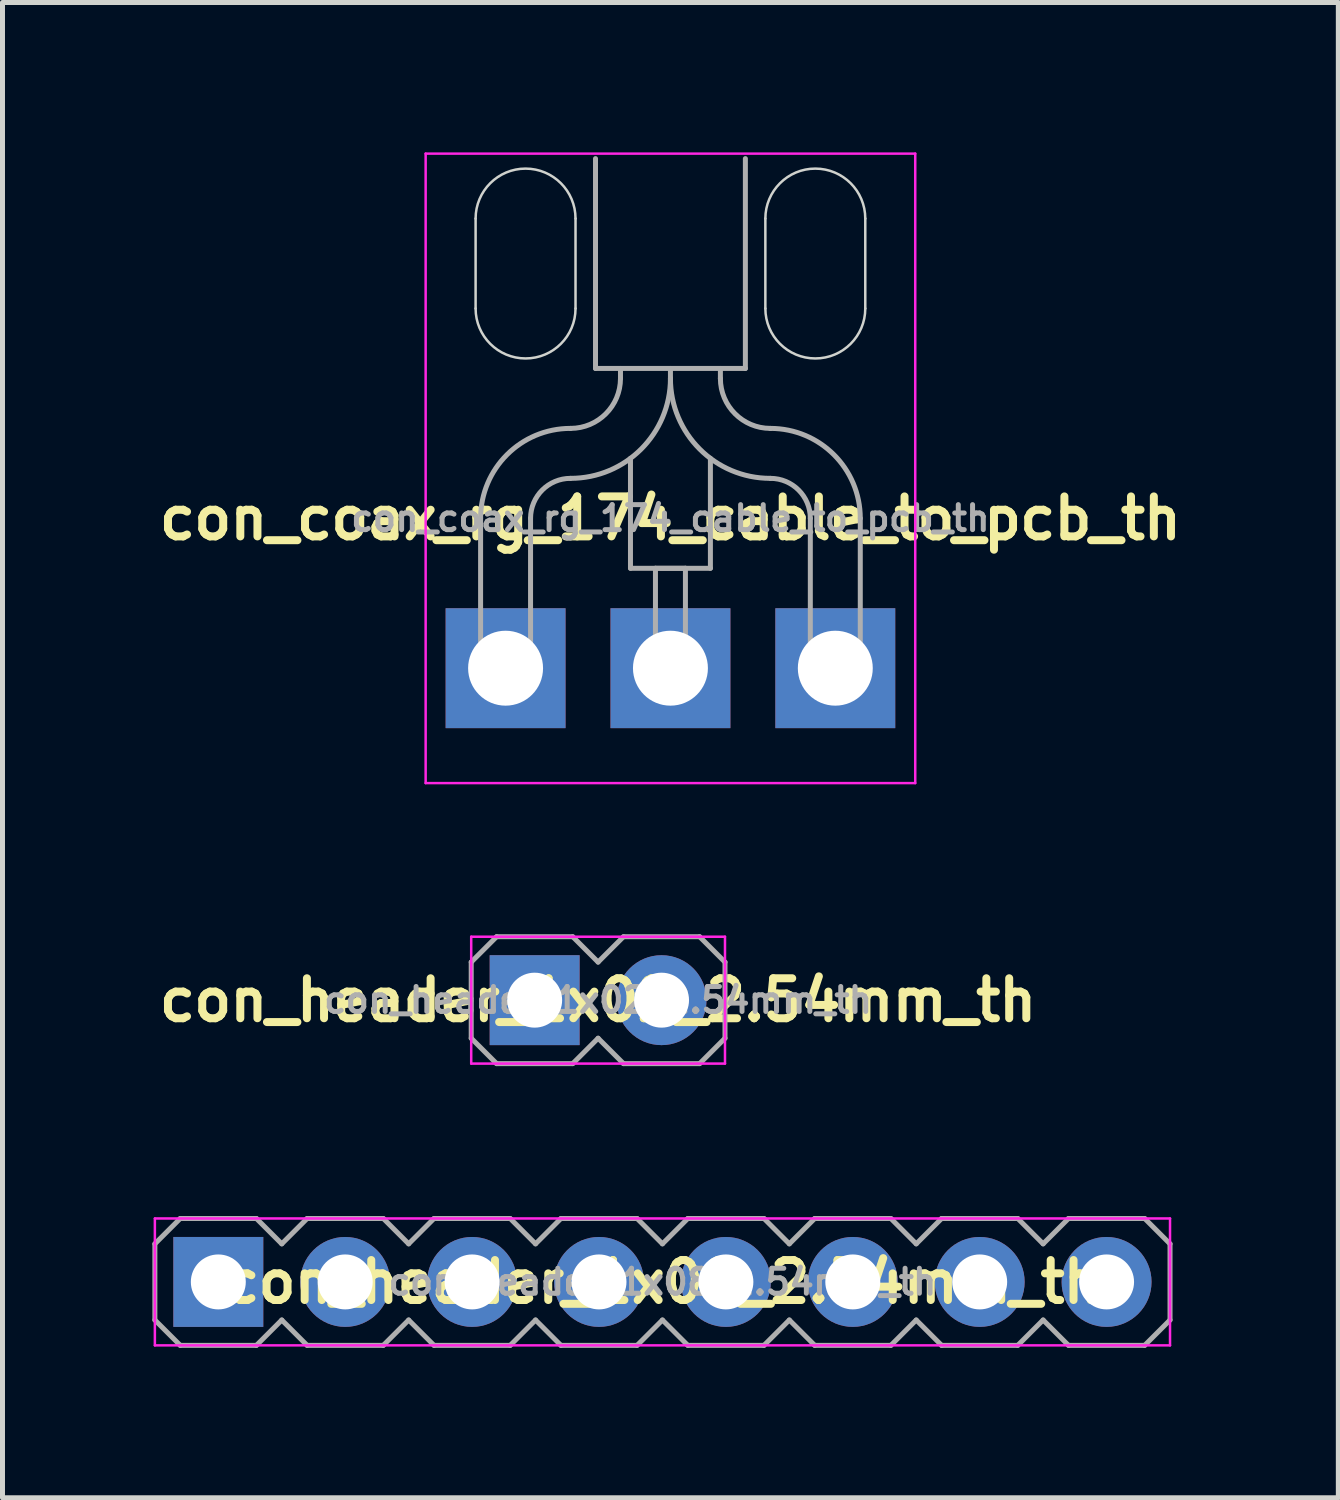
<source format=kicad_pcb>
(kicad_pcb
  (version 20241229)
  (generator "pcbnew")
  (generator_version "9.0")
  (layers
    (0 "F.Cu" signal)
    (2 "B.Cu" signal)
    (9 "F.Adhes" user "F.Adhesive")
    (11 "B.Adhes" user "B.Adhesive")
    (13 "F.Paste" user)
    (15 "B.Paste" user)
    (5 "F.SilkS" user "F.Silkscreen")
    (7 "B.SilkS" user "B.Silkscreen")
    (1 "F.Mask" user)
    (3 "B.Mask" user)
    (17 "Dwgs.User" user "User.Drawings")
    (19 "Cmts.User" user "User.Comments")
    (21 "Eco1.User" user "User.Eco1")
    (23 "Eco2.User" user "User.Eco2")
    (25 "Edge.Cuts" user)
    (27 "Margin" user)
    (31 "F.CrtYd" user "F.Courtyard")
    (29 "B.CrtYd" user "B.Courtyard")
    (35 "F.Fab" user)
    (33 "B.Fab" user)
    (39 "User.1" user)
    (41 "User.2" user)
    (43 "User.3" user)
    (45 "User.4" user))
  (footprint "con_header_1x02_2.54mm_th"
    (layer "F.Cu")
    (at 7.652 16.97)
    (property "Reference" "con_header_1x02_2.54mm_th" (at 1.27 0 0) (layer "F.SilkS") (effects (font (size 0.8 0.8) (thickness 0.16))))
    (attr through_hole exclude_from_pos_files)
    (fp_line (start -1.27 -1.27) (end -1.27 1.27) (stroke (width 0.05) (type solid)) (layer "F.CrtYd"))
    (fp_line (start -1.27 1.27) (end 3.81 1.27) (stroke (width 0.05) (type solid)) (layer "F.CrtYd"))
    (fp_line (start 3.81 -1.27) (end -1.27 -1.27) (stroke (width 0.05) (type solid)) (layer "F.CrtYd"))
    (fp_line (start 3.81 1.27) (end 3.81 -1.27) (stroke (width 0.05) (type solid)) (layer "F.CrtYd"))
    (fp_line (start -1.27 0.762) (end -1.27 -0.762) (stroke (width 0.1) (type solid)) (layer "F.Fab"))
    (fp_line (start -1.27 0.762) (end -0.762 1.27) (stroke (width 0.1) (type solid)) (layer "F.Fab"))
    (fp_line (start -0.762 -1.27) (end -1.27 -0.762) (stroke (width 0.1) (type solid)) (layer "F.Fab"))
    (fp_line (start -0.762 -1.27) (end 0.762 -1.27) (stroke (width 0.1) (type solid)) (layer "F.Fab"))
    (fp_line (start 0.762 1.27) (end -0.762 1.27) (stroke (width 0.1) (type solid)) (layer "F.Fab"))
    (fp_line (start 1.27 -0.762) (end 0.762 -1.27) (stroke (width 0.1) (type solid)) (layer "F.Fab"))
    (fp_line (start 1.27 -0.762) (end 1.778 -1.27) (stroke (width 0.1) (type solid)) (layer "F.Fab"))
    (fp_line (start 1.27 0.762) (end 0.762 1.27) (stroke (width 0.1) (type solid)) (layer "F.Fab"))
    (fp_line (start 1.27 0.762) (end 1.778 1.27) (stroke (width 0.1) (type solid)) (layer "F.Fab"))
    (fp_line (start 1.778 -1.27) (end 3.302 -1.27) (stroke (width 0.1) (type solid)) (layer "F.Fab"))
    (fp_line (start 3.302 1.27) (end 1.778 1.27) (stroke (width 0.1) (type solid)) (layer "F.Fab"))
    (fp_line (start 3.302 1.27) (end 3.81 0.762) (stroke (width 0.1) (type solid)) (layer "F.Fab"))
    (fp_line (start 3.81 -0.762) (end 3.302 -1.27) (stroke (width 0.1) (type solid)) (layer "F.Fab"))
    (fp_line (start 3.81 -0.762) (end 3.81 0.762) (stroke (width 0.1) (type solid)) (layer "F.Fab"))
    (fp_text user "${REFERENCE}" (at 1.27 0 0) (layer "F.Fab") (effects (font (size 0.5 0.5) (thickness 0.1) (bold yes))))
    (pad "1" thru_hole rect (at 0 0) (size 1.8 1.8) (drill 1.1) (layers "*.Cu" "*.Mask"))
    (pad "2" thru_hole circle (at 2.54 0) (size 1.8 1.8) (drill 1.1) (layers "*.Cu" "*.Mask")))
  (footprint "con_header_1x08_2.54mm_th"
    (layer "F.Cu")
    (at 1.32 22.61)
    (property "Reference" "con_header_1x08_2.54mm_th" (at 8.89 0 0) (layer "F.SilkS") (effects (font (size 0.8 0.8) (thickness 0.16))))
    (attr through_hole exclude_from_pos_files)
    (fp_line (start -1.27 -1.27) (end -1.27 1.27) (stroke (width 0.05) (type solid)) (layer "F.CrtYd"))
    (fp_line (start -1.27 1.27) (end 19.05 1.27) (stroke (width 0.05) (type solid)) (layer "F.CrtYd"))
    (fp_line (start 19.05 -1.27) (end -1.27 -1.27) (stroke (width 0.05) (type solid)) (layer "F.CrtYd"))
    (fp_line (start 19.05 1.27) (end 19.05 -1.27) (stroke (width 0.05) (type solid)) (layer "F.CrtYd"))
    (fp_line (start -1.27 0.762) (end -1.27 -0.762) (stroke (width 0.1) (type solid)) (layer "F.Fab"))
    (fp_line (start -1.27 0.762) (end -0.762 1.27) (stroke (width 0.1) (type solid)) (layer "F.Fab"))
    (fp_line (start -0.762 -1.27) (end -1.27 -0.762) (stroke (width 0.1) (type solid)) (layer "F.Fab"))
    (fp_line (start -0.762 -1.27) (end 0.762 -1.27) (stroke (width 0.1) (type solid)) (layer "F.Fab"))
    (fp_line (start 0.762 1.27) (end -0.762 1.27) (stroke (width 0.1) (type solid)) (layer "F.Fab"))
    (fp_line (start 1.27 -0.762) (end 0.762 -1.27) (stroke (width 0.1) (type solid)) (layer "F.Fab"))
    (fp_line (start 1.27 -0.762) (end 1.778 -1.27) (stroke (width 0.1) (type solid)) (layer "F.Fab"))
    (fp_line (start 1.27 0.762) (end 0.762 1.27) (stroke (width 0.1) (type solid)) (layer "F.Fab"))
    (fp_line (start 1.27 0.762) (end 1.778 1.27) (stroke (width 0.1) (type solid)) (layer "F.Fab"))
    (fp_line (start 1.778 -1.27) (end 3.302 -1.27) (stroke (width 0.1) (type solid)) (layer "F.Fab"))
    (fp_line (start 3.302 1.27) (end 1.778 1.27) (stroke (width 0.1) (type solid)) (layer "F.Fab"))
    (fp_line (start 3.302 1.27) (end 3.81 0.762) (stroke (width 0.1) (type solid)) (layer "F.Fab"))
    (fp_line (start 3.81 -0.762) (end 3.302 -1.27) (stroke (width 0.1) (type solid)) (layer "F.Fab"))
    (fp_line (start 3.81 -0.762) (end 4.318 -1.27) (stroke (width 0.1) (type solid)) (layer "F.Fab"))
    (fp_line (start 3.81 0.762) (end 4.318 1.27) (stroke (width 0.1) (type solid)) (layer "F.Fab"))
    (fp_line (start 4.318 -1.27) (end 5.842 -1.27) (stroke (width 0.1) (type solid)) (layer "F.Fab"))
    (fp_line (start 5.842 1.27) (end 4.318 1.27) (stroke (width 0.1) (type solid)) (layer "F.Fab"))
    (fp_line (start 5.842 1.27) (end 6.35 0.762) (stroke (width 0.1) (type solid)) (layer "F.Fab"))
    (fp_line (start 6.35 -0.762) (end 5.842 -1.27) (stroke (width 0.1) (type solid)) (layer "F.Fab"))
    (fp_line (start 6.35 -0.762) (end 6.858 -1.27) (stroke (width 0.1) (type solid)) (layer "F.Fab"))
    (fp_line (start 6.35 0.762) (end 6.858 1.27) (stroke (width 0.1) (type solid)) (layer "F.Fab"))
    (fp_line (start 8.382 -1.27) (end 6.858 -1.27) (stroke (width 0.1) (type solid)) (layer "F.Fab"))
    (fp_line (start 8.382 -1.27) (end 8.89 -0.762) (stroke (width 0.1) (type solid)) (layer "F.Fab"))
    (fp_line (start 8.382 1.27) (end 6.858 1.27) (stroke (width 0.1) (type solid)) (layer "F.Fab"))
    (fp_line (start 8.382 1.27) (end 8.89 0.762) (stroke (width 0.1) (type solid)) (layer "F.Fab"))
    (fp_line (start 8.89 -0.762) (end 9.398 -1.27) (stroke (width 0.1) (type solid)) (layer "F.Fab"))
    (fp_line (start 8.89 0.762) (end 9.398 1.27) (stroke (width 0.1) (type solid)) (layer "F.Fab"))
    (fp_line (start 10.922 -1.27) (end 9.398 -1.27) (stroke (width 0.1) (type solid)) (layer "F.Fab"))
    (fp_line (start 10.922 -1.27) (end 11.43 -0.762) (stroke (width 0.1) (type solid)) (layer "F.Fab"))
    (fp_line (start 10.922 1.27) (end 9.398 1.27) (stroke (width 0.1) (type solid)) (layer "F.Fab"))
    (fp_line (start 10.922 1.27) (end 11.43 0.762) (stroke (width 0.1) (type solid)) (layer "F.Fab"))
    (fp_line (start 11.43 -0.762) (end 11.938 -1.27) (stroke (width 0.1) (type solid)) (layer "F.Fab"))
    (fp_line (start 11.43 0.762) (end 11.938 1.27) (stroke (width 0.1) (type solid)) (layer "F.Fab"))
    (fp_line (start 13.462 -1.27) (end 11.938 -1.27) (stroke (width 0.1) (type solid)) (layer "F.Fab"))
    (fp_line (start 13.462 -1.27) (end 13.97 -0.762) (stroke (width 0.1) (type solid)) (layer "F.Fab"))
    (fp_line (start 13.462 1.27) (end 11.938 1.27) (stroke (width 0.1) (type solid)) (layer "F.Fab"))
    (fp_line (start 13.462 1.27) (end 13.97 0.762) (stroke (width 0.1) (type solid)) (layer "F.Fab"))
    (fp_line (start 13.97 -0.762) (end 14.478 -1.27) (stroke (width 0.1) (type solid)) (layer "F.Fab"))
    (fp_line (start 13.97 0.762) (end 14.478 1.27) (stroke (width 0.1) (type solid)) (layer "F.Fab"))
    (fp_line (start 16.002 -1.27) (end 14.478 -1.27) (stroke (width 0.1) (type solid)) (layer "F.Fab"))
    (fp_line (start 16.002 -1.27) (end 16.51 -0.762) (stroke (width 0.1) (type solid)) (layer "F.Fab"))
    (fp_line (start 16.002 1.27) (end 14.478 1.27) (stroke (width 0.1) (type solid)) (layer "F.Fab"))
    (fp_line (start 16.002 1.27) (end 16.51 0.762) (stroke (width 0.1) (type solid)) (layer "F.Fab"))
    (fp_line (start 16.51 -0.762) (end 17.018 -1.27) (stroke (width 0.1) (type solid)) (layer "F.Fab"))
    (fp_line (start 16.51 0.762) (end 17.018 1.27) (stroke (width 0.1) (type solid)) (layer "F.Fab"))
    (fp_line (start 18.542 -1.27) (end 17.018 -1.27) (stroke (width 0.1) (type solid)) (layer "F.Fab"))
    (fp_line (start 18.542 -1.27) (end 19.05 -0.762) (stroke (width 0.1) (type solid)) (layer "F.Fab"))
    (fp_line (start 18.542 1.27) (end 17.018 1.27) (stroke (width 0.1) (type solid)) (layer "F.Fab"))
    (fp_line (start 18.542 1.27) (end 19.05 0.762) (stroke (width 0.1) (type solid)) (layer "F.Fab"))
    (fp_line (start 19.05 0.762) (end 19.05 -0.762) (stroke (width 0.1) (type solid)) (layer "F.Fab"))
    (fp_text user "${REFERENCE}" (at 8.89 0 0) (layer "F.Fab") (effects (font (size 0.5 0.5) (thickness 0.1))))
    (pad "1" thru_hole rect (at 0 0) (size 1.8 1.8) (drill 1.1) (layers "*.Cu" "*.Mask"))
    (pad "2" thru_hole circle (at 2.54 0) (size 1.8 1.8) (drill 1.1) (layers "*.Cu" "*.Mask"))
    (pad "3" thru_hole circle (at 5.08 0) (size 1.8 1.8) (drill 1.1) (layers "*.Cu" "*.Mask"))
    (pad "4" thru_hole circle (at 7.62 0) (size 1.8 1.8) (drill 1.1) (layers "*.Cu" "*.Mask"))
    (pad "5" thru_hole circle (at 10.16 0) (size 1.8 1.8) (drill 1.1) (layers "*.Cu" "*.Mask"))
    (pad "6" thru_hole circle (at 12.7 0) (size 1.8 1.8) (drill 1.1) (layers "*.Cu" "*.Mask"))
    (pad "7" thru_hole circle (at 15.24 0) (size 1.8 1.8) (drill 1.1) (layers "*.Cu" "*.Mask"))
    (pad "8" thru_hole circle (at 17.78 0) (size 1.8 1.8) (drill 1.1) (layers "*.Cu" "*.Mask")))
  (footprint "con_coax_rg_174_cable_to_pcb_th"
    (layer "F.Cu")
    (at 10.37 10.325)
    (property "Reference" "con_coax_rg_174_cable_to_pcb_th" (at 0 -3 0) (layer "F.SilkS") (effects (font (size 0.8 0.8) (thickness 0.16))))
    (attr through_hole exclude_from_pos_files exclude_from_bom)
    (fp_line (start -3.9 -9) (end -3.9 -7.2) (stroke (width 0.05) (type default)) (layer "Edge.Cuts"))
    (fp_line (start -1.9 -9) (end -1.9 -7.2) (stroke (width 0.05) (type default)) (layer "Edge.Cuts"))
    (fp_line (start 1.9 -9) (end 1.9 -7.2) (stroke (width 0.05) (type default)) (layer "Edge.Cuts"))
    (fp_line (start 3.9 -9) (end 3.9 -7.2) (stroke (width 0.05) (type default)) (layer "Edge.Cuts"))
    (fp_arc (start -3.9 -9) (mid -2.9 -10) (end -1.9 -9) (stroke (width 0.05) (type default)) (layer "Edge.Cuts"))
    (fp_arc (start -1.9 -7.2) (mid -2.9 -6.2) (end -3.9 -7.2) (stroke (width 0.05) (type default)) (layer "Edge.Cuts"))
    (fp_arc (start 1.9 -9) (mid 2.9 -10) (end 3.9 -9) (stroke (width 0.05) (type default)) (layer "Edge.Cuts"))
    (fp_arc (start 3.9 -7.2) (mid 2.9 -6.2) (end 1.9 -7.2) (stroke (width 0.05) (type default)) (layer "Edge.Cuts"))
    (fp_line (start -4.9 -10.3) (end 4.9 -10.3) (stroke (width 0.05) (type solid)) (layer "F.CrtYd"))
    (fp_line (start -4.9 2.3) (end -4.9 -10.3) (stroke (width 0.05) (type solid)) (layer "F.CrtYd"))
    (fp_line (start 4.9 -10.3) (end 4.9 2.3) (stroke (width 0.05) (type solid)) (layer "F.CrtYd"))
    (fp_line (start 4.9 2.3) (end -4.9 2.3) (stroke (width 0.05) (type solid)) (layer "F.CrtYd"))
    (fp_line (start -3.8 0) (end -3.8 -3) (stroke (width 0.1) (type default)) (layer "F.Fab"))
    (fp_line (start -2.8 0) (end -2.8 -3) (stroke (width 0.1) (type default)) (layer "F.Fab"))
    (fp_line (start -1.5 -6) (end -1.5 -10.2) (stroke (width 0.1) (type default)) (layer "F.Fab"))
    (fp_line (start -1.5 -6) (end 1.5 -6) (stroke (width 0.1) (type default)) (layer "F.Fab"))
    (fp_line (start -1 -6) (end -1 -5.8) (stroke (width 0.1) (type default)) (layer "F.Fab"))
    (fp_line (start -0.8 -2) (end -0.8 -4.2) (stroke (width 0.1) (type default)) (layer "F.Fab"))
    (fp_line (start -0.8 -2) (end 0.8 -2) (stroke (width 0.1) (type default)) (layer "F.Fab"))
    (fp_line (start -0.3 -2) (end 0.3 -2) (stroke (width 0.1) (type default)) (layer "F.Fab"))
    (fp_line (start -0.3 0) (end -0.3 -2) (stroke (width 0.1) (type default)) (layer "F.Fab"))
    (fp_line (start 0 -6) (end 0 -5.8) (stroke (width 0.1) (type default)) (layer "F.Fab"))
    (fp_line (start 0.3 -2) (end 0.3 0) (stroke (width 0.1) (type default)) (layer "F.Fab"))
    (fp_line (start 0.8 -2) (end 0.8 -4.2) (stroke (width 0.1) (type default)) (layer "F.Fab"))
    (fp_line (start 1 -6) (end 1 -5.8) (stroke (width 0.1) (type default)) (layer "F.Fab"))
    (fp_line (start 1.5 -6) (end 1.5 -10.2) (stroke (width 0.1) (type default)) (layer "F.Fab"))
    (fp_line (start 2.8 0) (end 2.8 -3) (stroke (width 0.1) (type default)) (layer "F.Fab"))
    (fp_line (start 3.8 0) (end 3.8 -3) (stroke (width 0.1) (type default)) (layer "F.Fab"))
    (fp_arc (start -3.8 -3) (mid -3.272792 -4.272792) (end -2 -4.8) (stroke (width 0.1) (type default)) (layer "F.Fab"))
    (fp_arc (start -2.8 -3) (mid -2.565685 -3.565685) (end -2 -3.8) (stroke (width 0.1) (type default)) (layer "F.Fab"))
    (fp_arc (start -2.8 0) (mid -3.3 0.5) (end -3.8 0) (stroke (width 0.1) (type default)) (layer "F.Fab"))
    (fp_arc (start -1 -5.8) (mid -1.292893 -5.092893) (end -2 -4.8) (stroke (width 0.1) (type default)) (layer "F.Fab"))
    (fp_arc (start 0 -5.8) (mid -0.585786 -4.385786) (end -2 -3.8) (stroke (width 0.1) (type default)) (layer "F.Fab"))
    (fp_arc (start 0.3 0) (mid 0 0.3) (end -0.3 0) (stroke (width 0.1) (type default)) (layer "F.Fab"))
    (fp_arc (start 2 -4.8) (mid 3.272792 -4.272792) (end 3.8 -3) (stroke (width 0.1) (type default)) (layer "F.Fab"))
    (fp_arc (start 2 -3.8) (mid 2.565685 -3.565685) (end 2.8 -3) (stroke (width 0.1) (type default)) (layer "F.Fab"))
    (fp_arc (start 2.000001 -4.800001) (mid 1.292894 -5.092894) (end 1.000001 -5.800001) (stroke (width 0.1) (type default)) (layer "F.Fab"))
    (fp_arc (start 2.000001 -3.800001) (mid 0.585787 -4.385787) (end 0.000001 -5.800001) (stroke (width 0.1) (type default)) (layer "F.Fab"))
    (fp_arc (start 3.8 0) (mid 3.3 0.5) (end 2.8 0) (stroke (width 0.1) (type default)) (layer "F.Fab"))
    (fp_text user "${REFERENCE}" (at 0 -3 0) (layer "F.Fab") (effects (font (size 0.5 0.5) (thickness 0.1) (bold yes))))
    (pad "1" thru_hole rect (at 0 0) (size 2.4 2.4) (drill 1.5) (layers "*.Cu" "*.Mask"))
    (pad "2" thru_hole rect (at -3.3 0) (size 2.4 2.4) (drill 1.5) (layers "*.Cu" "*.Mask"))
    (pad "3" thru_hole rect (at 3.3 0) (size 2.4 2.4) (drill 1.5) (layers "*.Cu" "*.Mask"))
    (zone (net_name "") (layers "F.Cu" "B.Cu") (name "con_coax_no_copper") (hatch edge 0.5) (connect_pads) (min_thickness 0.25) (filled_areas_thickness no) (keepout (tracks allowed) (vias allowed) (pads allowed) (copperpour not_allowed) (footprints allowed)) (placement (enabled no)) (fill) (polygon (pts (xy 8.27 8.225) (xy 12.47 8.225) (xy 12.47 12.425) (xy 8.27 12.425)))))
  (gr_rect
    (start -3 -3)
    (end 23.739 26.93)
    (stroke (width 0.1) (type default))
    (fill no)
    (layer "Edge.Cuts")))
</source>
